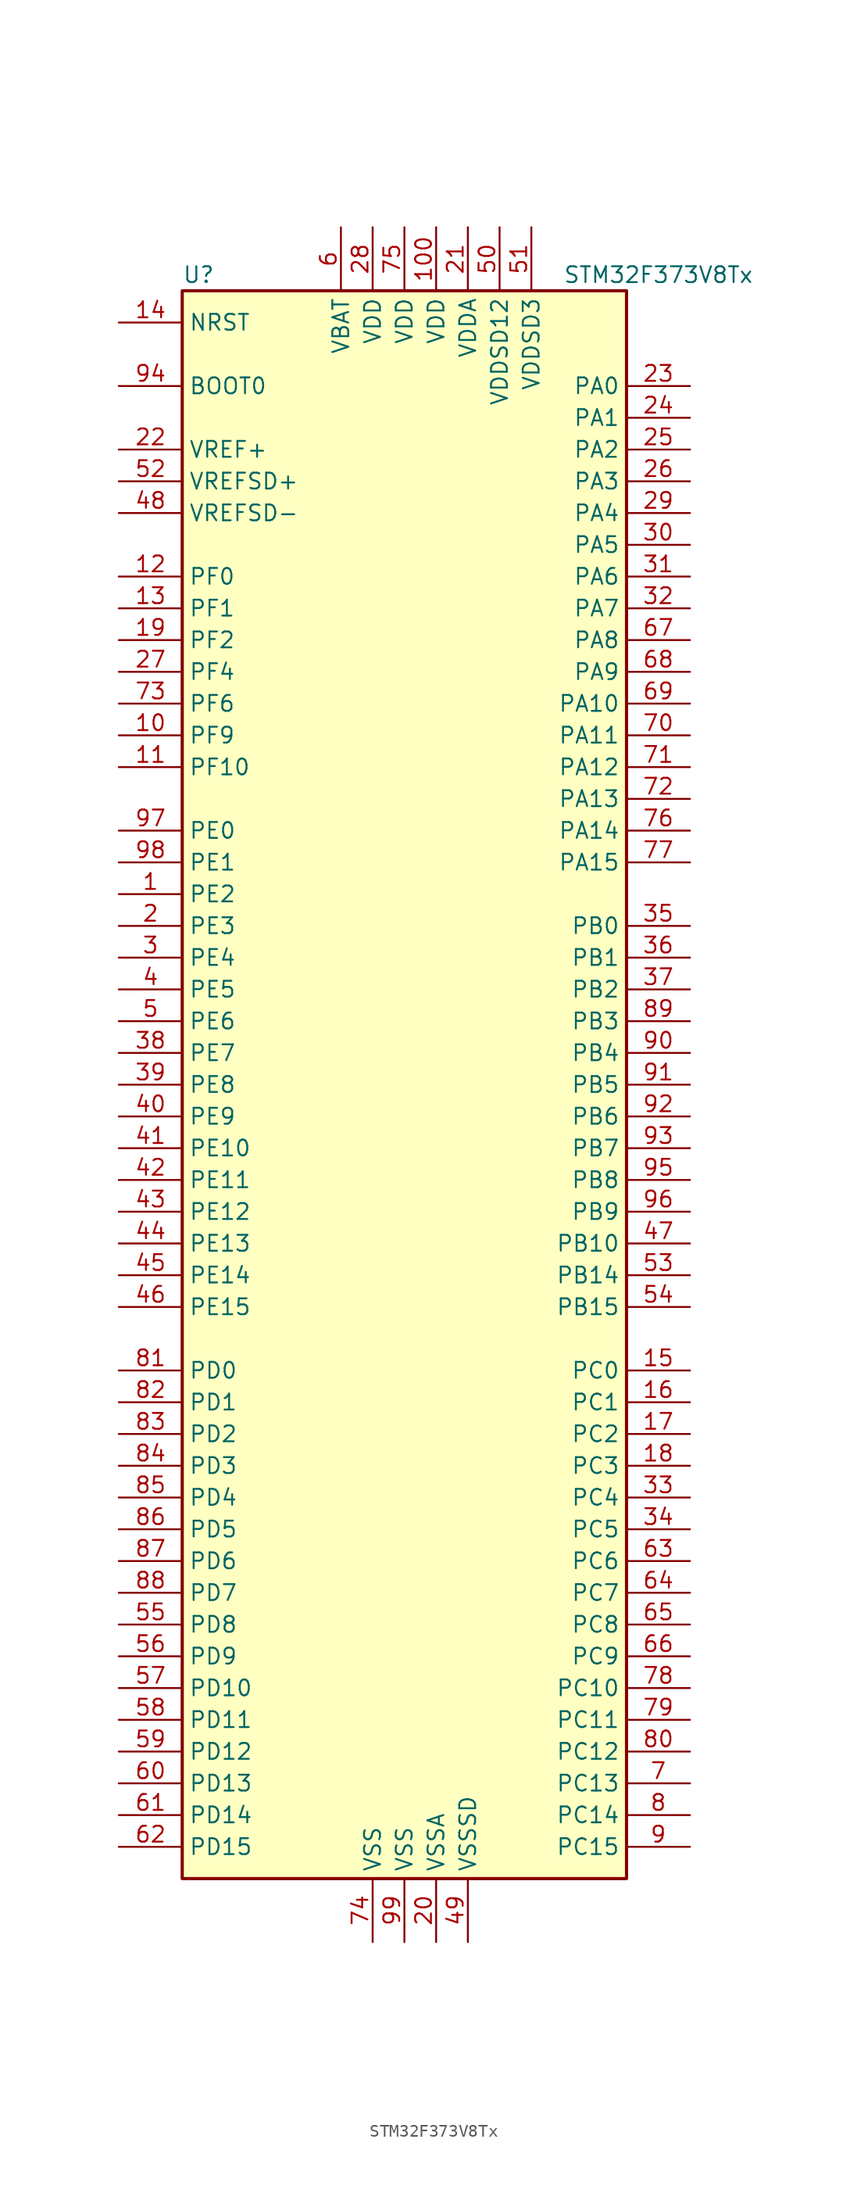
<source format=kicad_sym>
(kicad_symbol_lib
  (version 20211014)
  (generator kicad_symbol_editor)
  (symbol "STM32F373V8Tx"
    (property "Reference" "U"
      (at -17.78 64.77 0)
      (effects (font (size 1.27 1.27)) (justify left)))
    (property "Value" "STM32F373V8Tx"
      (at 12.7 64.77 0)
      (effects (font (size 1.27 1.27)) (justify left)))
    (symbol "STM32F373V8Tx_0_1"
      (rectangle (start -17.78 -63.5) (end 17.78 63.5) (stroke (width 0.254) (type default) (color 0 0 0 0)) (fill (type background))))
    (symbol "STM32F373V8Tx_1_1"
      (pin bidirectional line (at -22.86 15.24 0) (length 5.08) (name "PE2" (effects (font (size 1.27 1.27)))) (number "1" (effects (font (size 1.27 1.27)))))
      (pin bidirectional line (at -22.86 27.94 0) (length 5.08) (name "PF9" (effects (font (size 1.27 1.27)))) (number "10" (effects (font (size 1.27 1.27)))))
      (pin power_in line (at 2.54 68.58 270) (length 5.08) (name "VDD" (effects (font (size 1.27 1.27)))) (number "100" (effects (font (size 1.27 1.27)))))
      (pin bidirectional line (at -22.86 25.4 0) (length 5.08) (name "PF10" (effects (font (size 1.27 1.27)))) (number "11" (effects (font (size 1.27 1.27)))))
      (pin input line (at -22.86 40.64 0) (length 5.08) (name "PF0" (effects (font (size 1.27 1.27)))) (number "12" (effects (font (size 1.27 1.27)))))
      (pin input line (at -22.86 38.1 0) (length 5.08) (name "PF1" (effects (font (size 1.27 1.27)))) (number "13" (effects (font (size 1.27 1.27)))))
      (pin input line (at -22.86 60.96 0) (length 5.08) (name "NRST" (effects (font (size 1.27 1.27)))) (number "14" (effects (font (size 1.27 1.27)))))
      (pin bidirectional line (at 22.86 -22.86 180) (length 5.08) (name "PC0" (effects (font (size 1.27 1.27)))) (number "15" (effects (font (size 1.27 1.27)))))
      (pin bidirectional line (at 22.86 -25.4 180) (length 5.08) (name "PC1" (effects (font (size 1.27 1.27)))) (number "16" (effects (font (size 1.27 1.27)))))
      (pin bidirectional line (at 22.86 -27.94 180) (length 5.08) (name "PC2" (effects (font (size 1.27 1.27)))) (number "17" (effects (font (size 1.27 1.27)))))
      (pin bidirectional line (at 22.86 -30.48 180) (length 5.08) (name "PC3" (effects (font (size 1.27 1.27)))) (number "18" (effects (font (size 1.27 1.27)))))
      (pin bidirectional line (at -22.86 35.56 0) (length 5.08) (name "PF2" (effects (font (size 1.27 1.27)))) (number "19" (effects (font (size 1.27 1.27)))))
      (pin bidirectional line (at -22.86 12.7 0) (length 5.08) (name "PE3" (effects (font (size 1.27 1.27)))) (number "2" (effects (font (size 1.27 1.27)))))
      (pin power_in line (at 2.54 -68.58 90) (length 5.08) (name "VSSA" (effects (font (size 1.27 1.27)))) (number "20" (effects (font (size 1.27 1.27)))))
      (pin power_in line (at 5.08 68.58 270) (length 5.08) (name "VDDA" (effects (font (size 1.27 1.27)))) (number "21" (effects (font (size 1.27 1.27)))))
      (pin power_in line (at -22.86 50.8 0) (length 5.08) (name "VREF+" (effects (font (size 1.27 1.27)))) (number "22" (effects (font (size 1.27 1.27)))))
      (pin bidirectional line (at 22.86 55.88 180) (length 5.08) (name "PA0" (effects (font (size 1.27 1.27)))) (number "23" (effects (font (size 1.27 1.27)))))
      (pin bidirectional line (at 22.86 53.34 180) (length 5.08) (name "PA1" (effects (font (size 1.27 1.27)))) (number "24" (effects (font (size 1.27 1.27)))))
      (pin bidirectional line (at 22.86 50.8 180) (length 5.08) (name "PA2" (effects (font (size 1.27 1.27)))) (number "25" (effects (font (size 1.27 1.27)))))
      (pin bidirectional line (at 22.86 48.26 180) (length 5.08) (name "PA3" (effects (font (size 1.27 1.27)))) (number "26" (effects (font (size 1.27 1.27)))))
      (pin bidirectional line (at -22.86 33.02 0) (length 5.08) (name "PF4" (effects (font (size 1.27 1.27)))) (number "27" (effects (font (size 1.27 1.27)))))
      (pin power_in line (at -2.54 68.58 270) (length 5.08) (name "VDD" (effects (font (size 1.27 1.27)))) (number "28" (effects (font (size 1.27 1.27)))))
      (pin bidirectional line (at 22.86 45.72 180) (length 5.08) (name "PA4" (effects (font (size 1.27 1.27)))) (number "29" (effects (font (size 1.27 1.27)))))
      (pin bidirectional line (at -22.86 10.16 0) (length 5.08) (name "PE4" (effects (font (size 1.27 1.27)))) (number "3" (effects (font (size 1.27 1.27)))))
      (pin bidirectional line (at 22.86 43.18 180) (length 5.08) (name "PA5" (effects (font (size 1.27 1.27)))) (number "30" (effects (font (size 1.27 1.27)))))
      (pin bidirectional line (at 22.86 40.64 180) (length 5.08) (name "PA6" (effects (font (size 1.27 1.27)))) (number "31" (effects (font (size 1.27 1.27)))))
      (pin bidirectional line (at 22.86 38.1 180) (length 5.08) (name "PA7" (effects (font (size 1.27 1.27)))) (number "32" (effects (font (size 1.27 1.27)))))
      (pin bidirectional line (at 22.86 -33.02 180) (length 5.08) (name "PC4" (effects (font (size 1.27 1.27)))) (number "33" (effects (font (size 1.27 1.27)))))
      (pin bidirectional line (at 22.86 -35.56 180) (length 5.08) (name "PC5" (effects (font (size 1.27 1.27)))) (number "34" (effects (font (size 1.27 1.27)))))
      (pin bidirectional line (at 22.86 12.7 180) (length 5.08) (name "PB0" (effects (font (size 1.27 1.27)))) (number "35" (effects (font (size 1.27 1.27)))))
      (pin bidirectional line (at 22.86 10.16 180) (length 5.08) (name "PB1" (effects (font (size 1.27 1.27)))) (number "36" (effects (font (size 1.27 1.27)))))
      (pin bidirectional line (at 22.86 7.62 180) (length 5.08) (name "PB2" (effects (font (size 1.27 1.27)))) (number "37" (effects (font (size 1.27 1.27)))))
      (pin bidirectional line (at -22.86 2.54 0) (length 5.08) (name "PE7" (effects (font (size 1.27 1.27)))) (number "38" (effects (font (size 1.27 1.27)))))
      (pin bidirectional line (at -22.86 0 0) (length 5.08) (name "PE8" (effects (font (size 1.27 1.27)))) (number "39" (effects (font (size 1.27 1.27)))))
      (pin bidirectional line (at -22.86 7.62 0) (length 5.08) (name "PE5" (effects (font (size 1.27 1.27)))) (number "4" (effects (font (size 1.27 1.27)))))
      (pin bidirectional line (at -22.86 -2.54 0) (length 5.08) (name "PE9" (effects (font (size 1.27 1.27)))) (number "40" (effects (font (size 1.27 1.27)))))
      (pin bidirectional line (at -22.86 -5.08 0) (length 5.08) (name "PE10" (effects (font (size 1.27 1.27)))) (number "41" (effects (font (size 1.27 1.27)))))
      (pin bidirectional line (at -22.86 -7.62 0) (length 5.08) (name "PE11" (effects (font (size 1.27 1.27)))) (number "42" (effects (font (size 1.27 1.27)))))
      (pin bidirectional line (at -22.86 -10.16 0) (length 5.08) (name "PE12" (effects (font (size 1.27 1.27)))) (number "43" (effects (font (size 1.27 1.27)))))
      (pin bidirectional line (at -22.86 -12.7 0) (length 5.08) (name "PE13" (effects (font (size 1.27 1.27)))) (number "44" (effects (font (size 1.27 1.27)))))
      (pin bidirectional line (at -22.86 -15.24 0) (length 5.08) (name "PE14" (effects (font (size 1.27 1.27)))) (number "45" (effects (font (size 1.27 1.27)))))
      (pin bidirectional line (at -22.86 -17.78 0) (length 5.08) (name "PE15" (effects (font (size 1.27 1.27)))) (number "46" (effects (font (size 1.27 1.27)))))
      (pin bidirectional line (at 22.86 -12.7 180) (length 5.08) (name "PB10" (effects (font (size 1.27 1.27)))) (number "47" (effects (font (size 1.27 1.27)))))
      (pin power_in line (at -22.86 45.72 0) (length 5.08) (name "VREFSD-" (effects (font (size 1.27 1.27)))) (number "48" (effects (font (size 1.27 1.27)))))
      (pin power_in line (at 5.08 -68.58 90) (length 5.08) (name "VSSSD" (effects (font (size 1.27 1.27)))) (number "49" (effects (font (size 1.27 1.27)))))
      (pin bidirectional line (at -22.86 5.08 0) (length 5.08) (name "PE6" (effects (font (size 1.27 1.27)))) (number "5" (effects (font (size 1.27 1.27)))))
      (pin power_in line (at 7.62 68.58 270) (length 5.08) (name "VDDSD12" (effects (font (size 1.27 1.27)))) (number "50" (effects (font (size 1.27 1.27)))))
      (pin power_in line (at 10.16 68.58 270) (length 5.08) (name "VDDSD3" (effects (font (size 1.27 1.27)))) (number "51" (effects (font (size 1.27 1.27)))))
      (pin power_in line (at -22.86 48.26 0) (length 5.08) (name "VREFSD+" (effects (font (size 1.27 1.27)))) (number "52" (effects (font (size 1.27 1.27)))))
      (pin bidirectional line (at 22.86 -15.24 180) (length 5.08) (name "PB14" (effects (font (size 1.27 1.27)))) (number "53" (effects (font (size 1.27 1.27)))))
      (pin bidirectional line (at 22.86 -17.78 180) (length 5.08) (name "PB15" (effects (font (size 1.27 1.27)))) (number "54" (effects (font (size 1.27 1.27)))))
      (pin bidirectional line (at -22.86 -43.18 0) (length 5.08) (name "PD8" (effects (font (size 1.27 1.27)))) (number "55" (effects (font (size 1.27 1.27)))))
      (pin bidirectional line (at -22.86 -45.72 0) (length 5.08) (name "PD9" (effects (font (size 1.27 1.27)))) (number "56" (effects (font (size 1.27 1.27)))))
      (pin bidirectional line (at -22.86 -48.26 0) (length 5.08) (name "PD10" (effects (font (size 1.27 1.27)))) (number "57" (effects (font (size 1.27 1.27)))))
      (pin bidirectional line (at -22.86 -50.8 0) (length 5.08) (name "PD11" (effects (font (size 1.27 1.27)))) (number "58" (effects (font (size 1.27 1.27)))))
      (pin bidirectional line (at -22.86 -53.34 0) (length 5.08) (name "PD12" (effects (font (size 1.27 1.27)))) (number "59" (effects (font (size 1.27 1.27)))))
      (pin power_in line (at -5.08 68.58 270) (length 5.08) (name "VBAT" (effects (font (size 1.27 1.27)))) (number "6" (effects (font (size 1.27 1.27)))))
      (pin bidirectional line (at -22.86 -55.88 0) (length 5.08) (name "PD13" (effects (font (size 1.27 1.27)))) (number "60" (effects (font (size 1.27 1.27)))))
      (pin bidirectional line (at -22.86 -58.42 0) (length 5.08) (name "PD14" (effects (font (size 1.27 1.27)))) (number "61" (effects (font (size 1.27 1.27)))))
      (pin bidirectional line (at -22.86 -60.96 0) (length 5.08) (name "PD15" (effects (font (size 1.27 1.27)))) (number "62" (effects (font (size 1.27 1.27)))))
      (pin bidirectional line (at 22.86 -38.1 180) (length 5.08) (name "PC6" (effects (font (size 1.27 1.27)))) (number "63" (effects (font (size 1.27 1.27)))))
      (pin bidirectional line (at 22.86 -40.64 180) (length 5.08) (name "PC7" (effects (font (size 1.27 1.27)))) (number "64" (effects (font (size 1.27 1.27)))))
      (pin bidirectional line (at 22.86 -43.18 180) (length 5.08) (name "PC8" (effects (font (size 1.27 1.27)))) (number "65" (effects (font (size 1.27 1.27)))))
      (pin bidirectional line (at 22.86 -45.72 180) (length 5.08) (name "PC9" (effects (font (size 1.27 1.27)))) (number "66" (effects (font (size 1.27 1.27)))))
      (pin bidirectional line (at 22.86 35.56 180) (length 5.08) (name "PA8" (effects (font (size 1.27 1.27)))) (number "67" (effects (font (size 1.27 1.27)))))
      (pin bidirectional line (at 22.86 33.02 180) (length 5.08) (name "PA9" (effects (font (size 1.27 1.27)))) (number "68" (effects (font (size 1.27 1.27)))))
      (pin bidirectional line (at 22.86 30.48 180) (length 5.08) (name "PA10" (effects (font (size 1.27 1.27)))) (number "69" (effects (font (size 1.27 1.27)))))
      (pin bidirectional line (at 22.86 -55.88 180) (length 5.08) (name "PC13" (effects (font (size 1.27 1.27)))) (number "7" (effects (font (size 1.27 1.27)))))
      (pin bidirectional line (at 22.86 27.94 180) (length 5.08) (name "PA11" (effects (font (size 1.27 1.27)))) (number "70" (effects (font (size 1.27 1.27)))))
      (pin bidirectional line (at 22.86 25.4 180) (length 5.08) (name "PA12" (effects (font (size 1.27 1.27)))) (number "71" (effects (font (size 1.27 1.27)))))
      (pin bidirectional line (at 22.86 22.86 180) (length 5.08) (name "PA13" (effects (font (size 1.27 1.27)))) (number "72" (effects (font (size 1.27 1.27)))))
      (pin bidirectional line (at -22.86 30.48 0) (length 5.08) (name "PF6" (effects (font (size 1.27 1.27)))) (number "73" (effects (font (size 1.27 1.27)))))
      (pin power_in line (at -2.54 -68.58 90) (length 5.08) (name "VSS" (effects (font (size 1.27 1.27)))) (number "74" (effects (font (size 1.27 1.27)))))
      (pin power_in line (at 0 68.58 270) (length 5.08) (name "VDD" (effects (font (size 1.27 1.27)))) (number "75" (effects (font (size 1.27 1.27)))))
      (pin bidirectional line (at 22.86 20.32 180) (length 5.08) (name "PA14" (effects (font (size 1.27 1.27)))) (number "76" (effects (font (size 1.27 1.27)))))
      (pin bidirectional line (at 22.86 17.78 180) (length 5.08) (name "PA15" (effects (font (size 1.27 1.27)))) (number "77" (effects (font (size 1.27 1.27)))))
      (pin bidirectional line (at 22.86 -48.26 180) (length 5.08) (name "PC10" (effects (font (size 1.27 1.27)))) (number "78" (effects (font (size 1.27 1.27)))))
      (pin bidirectional line (at 22.86 -50.8 180) (length 5.08) (name "PC11" (effects (font (size 1.27 1.27)))) (number "79" (effects (font (size 1.27 1.27)))))
      (pin bidirectional line (at 22.86 -58.42 180) (length 5.08) (name "PC14" (effects (font (size 1.27 1.27)))) (number "8" (effects (font (size 1.27 1.27)))))
      (pin bidirectional line (at 22.86 -53.34 180) (length 5.08) (name "PC12" (effects (font (size 1.27 1.27)))) (number "80" (effects (font (size 1.27 1.27)))))
      (pin bidirectional line (at -22.86 -22.86 0) (length 5.08) (name "PD0" (effects (font (size 1.27 1.27)))) (number "81" (effects (font (size 1.27 1.27)))))
      (pin bidirectional line (at -22.86 -25.4 0) (length 5.08) (name "PD1" (effects (font (size 1.27 1.27)))) (number "82" (effects (font (size 1.27 1.27)))))
      (pin bidirectional line (at -22.86 -27.94 0) (length 5.08) (name "PD2" (effects (font (size 1.27 1.27)))) (number "83" (effects (font (size 1.27 1.27)))))
      (pin bidirectional line (at -22.86 -30.48 0) (length 5.08) (name "PD3" (effects (font (size 1.27 1.27)))) (number "84" (effects (font (size 1.27 1.27)))))
      (pin bidirectional line (at -22.86 -33.02 0) (length 5.08) (name "PD4" (effects (font (size 1.27 1.27)))) (number "85" (effects (font (size 1.27 1.27)))))
      (pin bidirectional line (at -22.86 -35.56 0) (length 5.08) (name "PD5" (effects (font (size 1.27 1.27)))) (number "86" (effects (font (size 1.27 1.27)))))
      (pin bidirectional line (at -22.86 -38.1 0) (length 5.08) (name "PD6" (effects (font (size 1.27 1.27)))) (number "87" (effects (font (size 1.27 1.27)))))
      (pin bidirectional line (at -22.86 -40.64 0) (length 5.08) (name "PD7" (effects (font (size 1.27 1.27)))) (number "88" (effects (font (size 1.27 1.27)))))
      (pin bidirectional line (at 22.86 5.08 180) (length 5.08) (name "PB3" (effects (font (size 1.27 1.27)))) (number "89" (effects (font (size 1.27 1.27)))))
      (pin bidirectional line (at 22.86 -60.96 180) (length 5.08) (name "PC15" (effects (font (size 1.27 1.27)))) (number "9" (effects (font (size 1.27 1.27)))))
      (pin bidirectional line (at 22.86 2.54 180) (length 5.08) (name "PB4" (effects (font (size 1.27 1.27)))) (number "90" (effects (font (size 1.27 1.27)))))
      (pin bidirectional line (at 22.86 0 180) (length 5.08) (name "PB5" (effects (font (size 1.27 1.27)))) (number "91" (effects (font (size 1.27 1.27)))))
      (pin bidirectional line (at 22.86 -2.54 180) (length 5.08) (name "PB6" (effects (font (size 1.27 1.27)))) (number "92" (effects (font (size 1.27 1.27)))))
      (pin bidirectional line (at 22.86 -5.08 180) (length 5.08) (name "PB7" (effects (font (size 1.27 1.27)))) (number "93" (effects (font (size 1.27 1.27)))))
      (pin input line (at -22.86 55.88 0) (length 5.08) (name "BOOT0" (effects (font (size 1.27 1.27)))) (number "94" (effects (font (size 1.27 1.27)))))
      (pin bidirectional line (at 22.86 -7.62 180) (length 5.08) (name "PB8" (effects (font (size 1.27 1.27)))) (number "95" (effects (font (size 1.27 1.27)))))
      (pin bidirectional line (at 22.86 -10.16 180) (length 5.08) (name "PB9" (effects (font (size 1.27 1.27)))) (number "96" (effects (font (size 1.27 1.27)))))
      (pin bidirectional line (at -22.86 20.32 0) (length 5.08) (name "PE0" (effects (font (size 1.27 1.27)))) (number "97" (effects (font (size 1.27 1.27)))))
      (pin bidirectional line (at -22.86 17.78 0) (length 5.08) (name "PE1" (effects (font (size 1.27 1.27)))) (number "98" (effects (font (size 1.27 1.27)))))
      (pin power_in line (at 0 -68.58 90) (length 5.08) (name "VSS" (effects (font (size 1.27 1.27)))) (number "99" (effects (font (size 1.27 1.27))))))))
</source>
